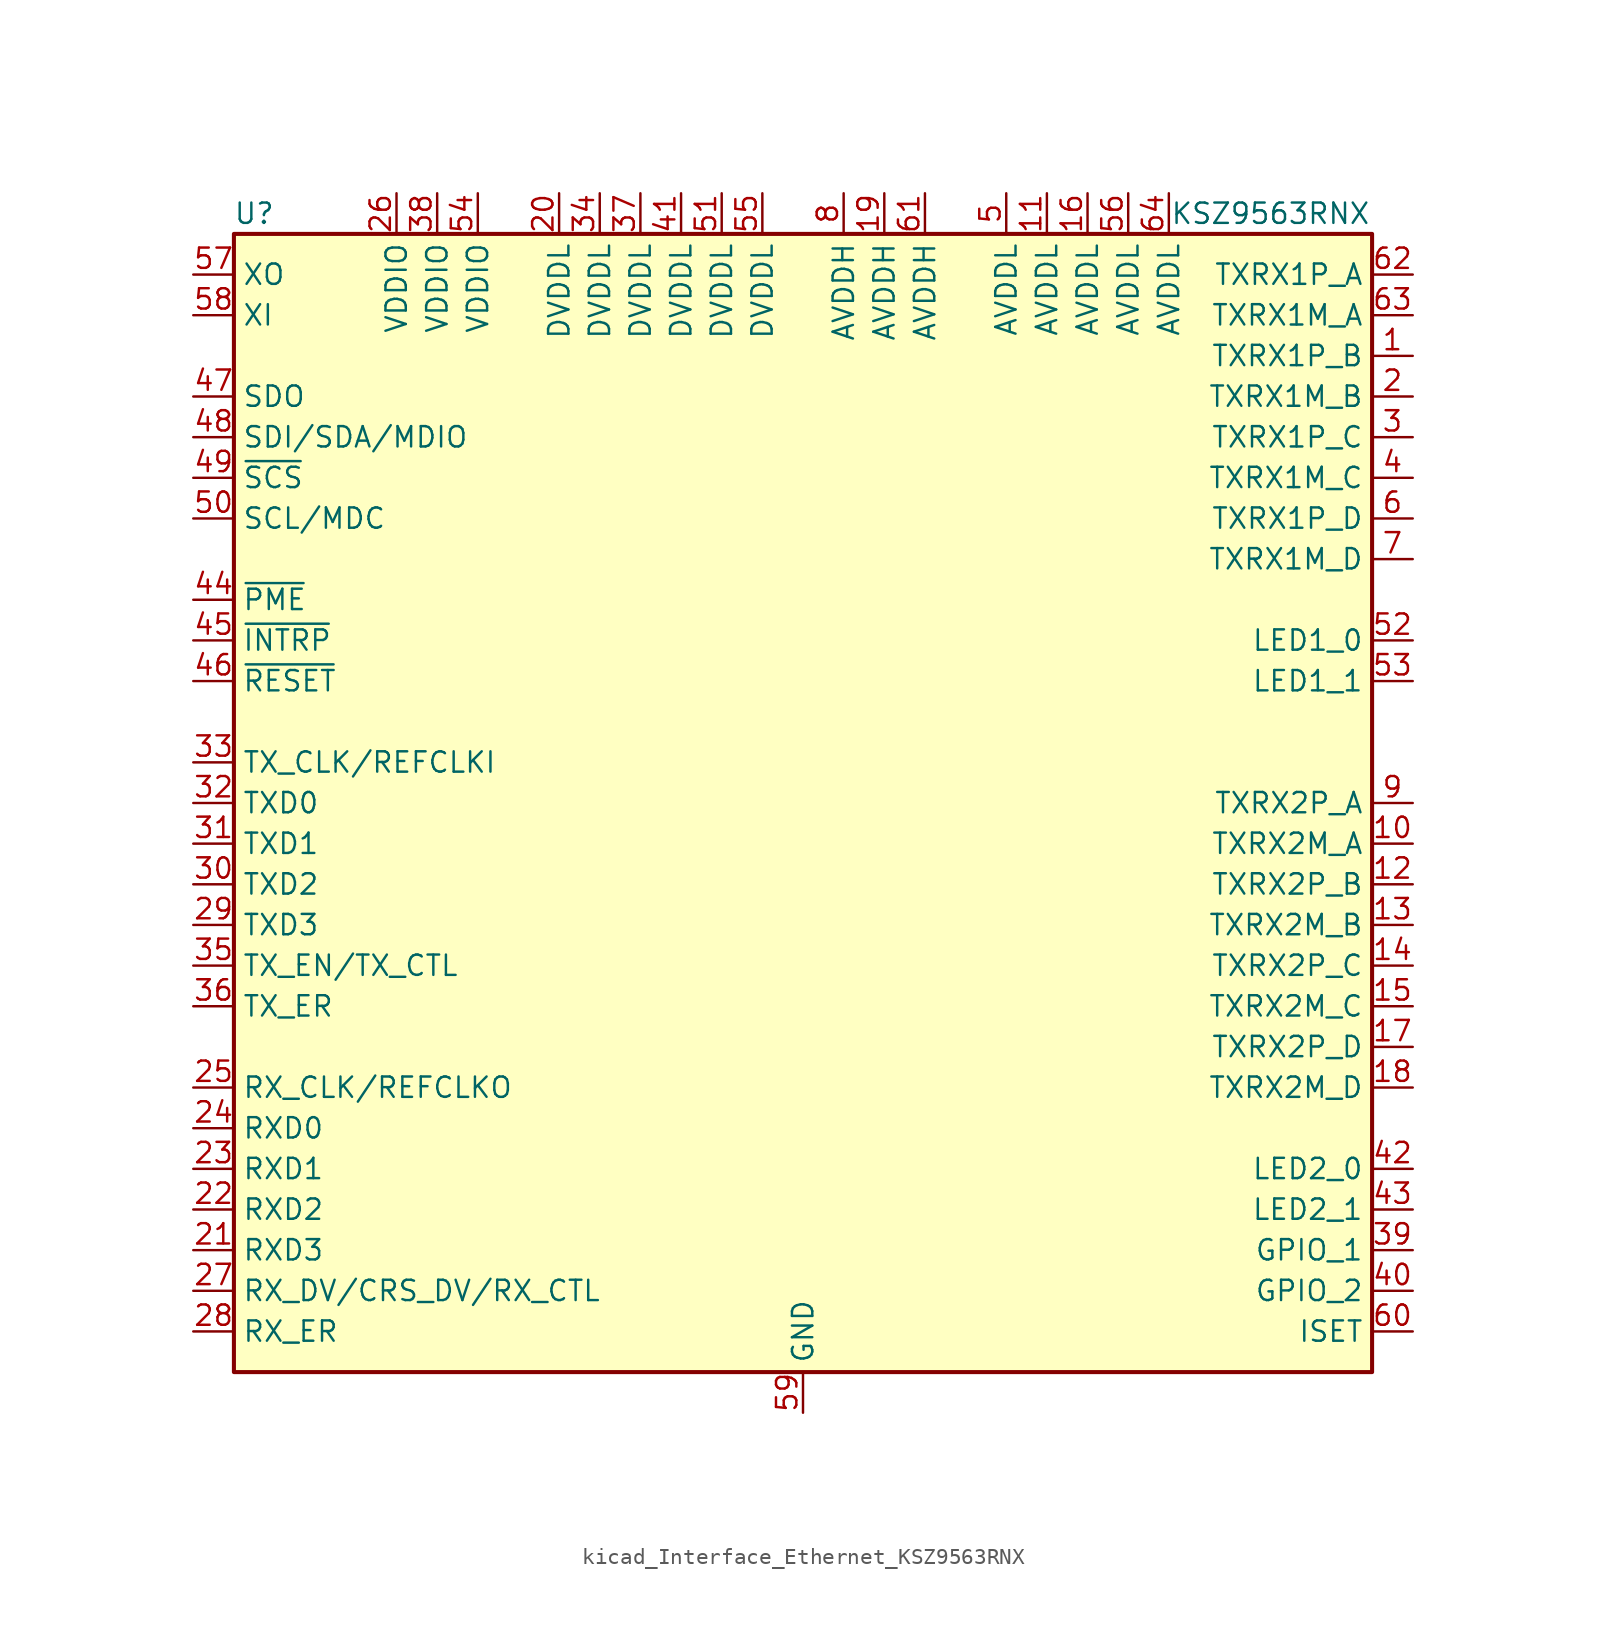
<source format=kicad_sym>
(kicad_symbol_lib
  (version 20220914)
  (generator kicad_symbol_editor)
  (symbol "kicad_Interface_Ethernet_KSZ9563RNX"
    (property "Reference" "U"
      (at -34.29 36.83 0)
      (effects (font (size 1.27 1.27))))
    (property "Value" "KSZ9563RNX"
      (at 29.21 36.83 0)
      (effects (font (size 1.27 1.27))))
    (symbol "kicad_Interface_Ethernet_KSZ9563RNX_0_1"
      (rectangle (start 35.56 -35.56) (end -35.56 35.56) (stroke (width 0.254) (type default)) (fill (type background))))
    (symbol "kicad_Interface_Ethernet_KSZ9563RNX_1_1"
      (pin passive line (at 38.1 27.94 180) (length 2.54) (name "TXRX1P_B" (effects (font (size 1.27 1.27)))) (number "1" (effects (font (size 1.27 1.27)))))
      (pin passive line (at 38.1 -2.54 180) (length 2.54) (name "TXRX2M_A" (effects (font (size 1.27 1.27)))) (number "10" (effects (font (size 1.27 1.27)))))
      (pin power_in line (at 15.24 38.1 270) (length 2.54) (name "AVDDL" (effects (font (size 1.27 1.27)))) (number "11" (effects (font (size 1.27 1.27)))))
      (pin passive line (at 38.1 -5.08 180) (length 2.54) (name "TXRX2P_B" (effects (font (size 1.27 1.27)))) (number "12" (effects (font (size 1.27 1.27)))))
      (pin passive line (at 38.1 -7.62 180) (length 2.54) (name "TXRX2M_B" (effects (font (size 1.27 1.27)))) (number "13" (effects (font (size 1.27 1.27)))))
      (pin passive line (at 38.1 -10.16 180) (length 2.54) (name "TXRX2P_C" (effects (font (size 1.27 1.27)))) (number "14" (effects (font (size 1.27 1.27)))))
      (pin passive line (at 38.1 -12.7 180) (length 2.54) (name "TXRX2M_C" (effects (font (size 1.27 1.27)))) (number "15" (effects (font (size 1.27 1.27)))))
      (pin power_in line (at 17.78 38.1 270) (length 2.54) (name "AVDDL" (effects (font (size 1.27 1.27)))) (number "16" (effects (font (size 1.27 1.27)))))
      (pin passive line (at 38.1 -15.24 180) (length 2.54) (name "TXRX2P_D" (effects (font (size 1.27 1.27)))) (number "17" (effects (font (size 1.27 1.27)))))
      (pin passive line (at 38.1 -17.78 180) (length 2.54) (name "TXRX2M_D" (effects (font (size 1.27 1.27)))) (number "18" (effects (font (size 1.27 1.27)))))
      (pin power_in line (at 5.08 38.1 270) (length 2.54) (name "AVDDH" (effects (font (size 1.27 1.27)))) (number "19" (effects (font (size 1.27 1.27)))))
      (pin passive line (at 38.1 25.4 180) (length 2.54) (name "TXRX1M_B" (effects (font (size 1.27 1.27)))) (number "2" (effects (font (size 1.27 1.27)))))
      (pin power_in line (at -15.24 38.1 270) (length 2.54) (name "DVDDL" (effects (font (size 1.27 1.27)))) (number "20" (effects (font (size 1.27 1.27)))))
      (pin output line (at -38.1 -27.94 0) (length 2.54) (name "RXD3" (effects (font (size 1.27 1.27)))) (number "21" (effects (font (size 1.27 1.27)))))
      (pin output line (at -38.1 -25.4 0) (length 2.54) (name "RXD2" (effects (font (size 1.27 1.27)))) (number "22" (effects (font (size 1.27 1.27)))))
      (pin output line (at -38.1 -22.86 0) (length 2.54) (name "RXD1" (effects (font (size 1.27 1.27)))) (number "23" (effects (font (size 1.27 1.27)))))
      (pin output line (at -38.1 -20.32 0) (length 2.54) (name "RXD0" (effects (font (size 1.27 1.27)))) (number "24" (effects (font (size 1.27 1.27)))))
      (pin bidirectional line (at -38.1 -17.78 0) (length 2.54) (name "RX_CLK/REFCLKO" (effects (font (size 1.27 1.27)))) (number "25" (effects (font (size 1.27 1.27)))))
      (pin power_in line (at -25.4 38.1 270) (length 2.54) (name "VDDIO" (effects (font (size 1.27 1.27)))) (number "26" (effects (font (size 1.27 1.27)))))
      (pin output line (at -38.1 -30.48 0) (length 2.54) (name "RX_DV/CRS_DV/RX_CTL" (effects (font (size 1.27 1.27)))) (number "27" (effects (font (size 1.27 1.27)))))
      (pin output line (at -38.1 -33.02 0) (length 2.54) (name "RX_ER" (effects (font (size 1.27 1.27)))) (number "28" (effects (font (size 1.27 1.27)))))
      (pin input line (at -38.1 -7.62 0) (length 2.54) (name "TXD3" (effects (font (size 1.27 1.27)))) (number "29" (effects (font (size 1.27 1.27)))))
      (pin passive line (at 38.1 22.86 180) (length 2.54) (name "TXRX1P_C" (effects (font (size 1.27 1.27)))) (number "3" (effects (font (size 1.27 1.27)))))
      (pin input line (at -38.1 -5.08 0) (length 2.54) (name "TXD2" (effects (font (size 1.27 1.27)))) (number "30" (effects (font (size 1.27 1.27)))))
      (pin input line (at -38.1 -2.54 0) (length 2.54) (name "TXD1" (effects (font (size 1.27 1.27)))) (number "31" (effects (font (size 1.27 1.27)))))
      (pin input line (at -38.1 0 0) (length 2.54) (name "TXD0" (effects (font (size 1.27 1.27)))) (number "32" (effects (font (size 1.27 1.27)))))
      (pin bidirectional line (at -38.1 2.54 0) (length 2.54) (name "TX_CLK/REFCLKI" (effects (font (size 1.27 1.27)))) (number "33" (effects (font (size 1.27 1.27)))))
      (pin power_in line (at -12.7 38.1 270) (length 2.54) (name "DVDDL" (effects (font (size 1.27 1.27)))) (number "34" (effects (font (size 1.27 1.27)))))
      (pin input line (at -38.1 -10.16 0) (length 2.54) (name "TX_EN/TX_CTL" (effects (font (size 1.27 1.27)))) (number "35" (effects (font (size 1.27 1.27)))))
      (pin input line (at -38.1 -12.7 0) (length 2.54) (name "TX_ER" (effects (font (size 1.27 1.27)))) (number "36" (effects (font (size 1.27 1.27)))))
      (pin power_in line (at -10.16 38.1 270) (length 2.54) (name "DVDDL" (effects (font (size 1.27 1.27)))) (number "37" (effects (font (size 1.27 1.27)))))
      (pin power_in line (at -22.86 38.1 270) (length 2.54) (name "VDDIO" (effects (font (size 1.27 1.27)))) (number "38" (effects (font (size 1.27 1.27)))))
      (pin bidirectional line (at 38.1 -27.94 180) (length 2.54) (name "GPIO_1" (effects (font (size 1.27 1.27)))) (number "39" (effects (font (size 1.27 1.27)))))
      (pin passive line (at 38.1 20.32 180) (length 2.54) (name "TXRX1M_C" (effects (font (size 1.27 1.27)))) (number "4" (effects (font (size 1.27 1.27)))))
      (pin bidirectional line (at 38.1 -30.48 180) (length 2.54) (name "GPIO_2" (effects (font (size 1.27 1.27)))) (number "40" (effects (font (size 1.27 1.27)))))
      (pin power_in line (at -7.62 38.1 270) (length 2.54) (name "DVDDL" (effects (font (size 1.27 1.27)))) (number "41" (effects (font (size 1.27 1.27)))))
      (pin output line (at 38.1 -22.86 180) (length 2.54) (name "LED2_0" (effects (font (size 1.27 1.27)))) (number "42" (effects (font (size 1.27 1.27)))))
      (pin output line (at 38.1 -25.4 180) (length 2.54) (name "LED2_1" (effects (font (size 1.27 1.27)))) (number "43" (effects (font (size 1.27 1.27)))))
      (pin output line (at -38.1 12.7 0) (length 2.54) (name "~{PME}" (effects (font (size 1.27 1.27)))) (number "44" (effects (font (size 1.27 1.27)))))
      (pin open_collector line (at -38.1 10.16 0) (length 2.54) (name "~{INTRP}" (effects (font (size 1.27 1.27)))) (number "45" (effects (font (size 1.27 1.27)))))
      (pin input line (at -38.1 7.62 0) (length 2.54) (name "~{RESET}" (effects (font (size 1.27 1.27)))) (number "46" (effects (font (size 1.27 1.27)))))
      (pin output line (at -38.1 25.4 0) (length 2.54) (name "SDO" (effects (font (size 1.27 1.27)))) (number "47" (effects (font (size 1.27 1.27)))))
      (pin bidirectional line (at -38.1 22.86 0) (length 2.54) (name "SDI/SDA/MDIO" (effects (font (size 1.27 1.27)))) (number "48" (effects (font (size 1.27 1.27)))))
      (pin input line (at -38.1 20.32 0) (length 2.54) (name "~{SCS}" (effects (font (size 1.27 1.27)))) (number "49" (effects (font (size 1.27 1.27)))))
      (pin power_in line (at 12.7 38.1 270) (length 2.54) (name "AVDDL" (effects (font (size 1.27 1.27)))) (number "5" (effects (font (size 1.27 1.27)))))
      (pin input line (at -38.1 17.78 0) (length 2.54) (name "SCL/MDC" (effects (font (size 1.27 1.27)))) (number "50" (effects (font (size 1.27 1.27)))))
      (pin power_in line (at -5.08 38.1 270) (length 2.54) (name "DVDDL" (effects (font (size 1.27 1.27)))) (number "51" (effects (font (size 1.27 1.27)))))
      (pin output line (at 38.1 10.16 180) (length 2.54) (name "LED1_0" (effects (font (size 1.27 1.27)))) (number "52" (effects (font (size 1.27 1.27)))))
      (pin output line (at 38.1 7.62 180) (length 2.54) (name "LED1_1" (effects (font (size 1.27 1.27)))) (number "53" (effects (font (size 1.27 1.27)))))
      (pin power_in line (at -20.32 38.1 270) (length 2.54) (name "VDDIO" (effects (font (size 1.27 1.27)))) (number "54" (effects (font (size 1.27 1.27)))))
      (pin power_in line (at -2.54 38.1 270) (length 2.54) (name "DVDDL" (effects (font (size 1.27 1.27)))) (number "55" (effects (font (size 1.27 1.27)))))
      (pin power_in line (at 20.32 38.1 270) (length 2.54) (name "AVDDL" (effects (font (size 1.27 1.27)))) (number "56" (effects (font (size 1.27 1.27)))))
      (pin output line (at -38.1 33.02 0) (length 2.54) (name "XO" (effects (font (size 1.27 1.27)))) (number "57" (effects (font (size 1.27 1.27)))))
      (pin input line (at -38.1 30.48 0) (length 2.54) (name "XI" (effects (font (size 1.27 1.27)))) (number "58" (effects (font (size 1.27 1.27)))))
      (pin power_in line (at 0 -38.1 90) (length 2.54) (name "GND" (effects (font (size 1.27 1.27)))) (number "59" (effects (font (size 1.27 1.27)))))
      (pin passive line (at 38.1 17.78 180) (length 2.54) (name "TXRX1P_D" (effects (font (size 1.27 1.27)))) (number "6" (effects (font (size 1.27 1.27)))))
      (pin passive line (at 38.1 -33.02 180) (length 2.54) (name "ISET" (effects (font (size 1.27 1.27)))) (number "60" (effects (font (size 1.27 1.27)))))
      (pin power_in line (at 7.62 38.1 270) (length 2.54) (name "AVDDH" (effects (font (size 1.27 1.27)))) (number "61" (effects (font (size 1.27 1.27)))))
      (pin passive line (at 38.1 33.02 180) (length 2.54) (name "TXRX1P_A" (effects (font (size 1.27 1.27)))) (number "62" (effects (font (size 1.27 1.27)))))
      (pin passive line (at 38.1 30.48 180) (length 2.54) (name "TXRX1M_A" (effects (font (size 1.27 1.27)))) (number "63" (effects (font (size 1.27 1.27)))))
      (pin power_in line (at 22.86 38.1 270) (length 2.54) (name "AVDDL" (effects (font (size 1.27 1.27)))) (number "64" (effects (font (size 1.27 1.27)))))
      (pin passive line (at 0 -38.1 90) (length 2.54) hide (name "GND" (effects (font (size 1.27 1.27)))) (number "65" (effects (font (size 1.27 1.27)))))
      (pin passive line (at 38.1 15.24 180) (length 2.54) (name "TXRX1M_D" (effects (font (size 1.27 1.27)))) (number "7" (effects (font (size 1.27 1.27)))))
      (pin power_in line (at 2.54 38.1 270) (length 2.54) (name "AVDDH" (effects (font (size 1.27 1.27)))) (number "8" (effects (font (size 1.27 1.27)))))
      (pin passive line (at 38.1 0 180) (length 2.54) (name "TXRX2P_A" (effects (font (size 1.27 1.27)))) (number "9" (effects (font (size 1.27 1.27))))))))
</source>
